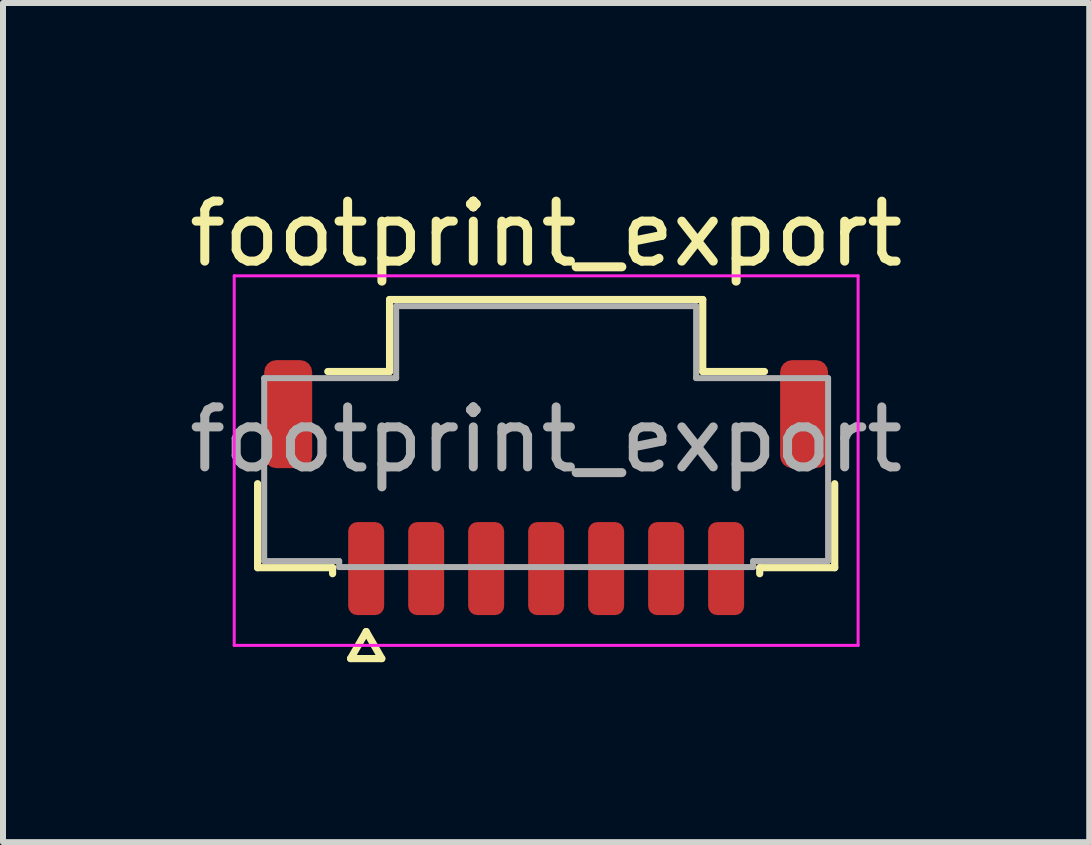
<source format=kicad_pcb>
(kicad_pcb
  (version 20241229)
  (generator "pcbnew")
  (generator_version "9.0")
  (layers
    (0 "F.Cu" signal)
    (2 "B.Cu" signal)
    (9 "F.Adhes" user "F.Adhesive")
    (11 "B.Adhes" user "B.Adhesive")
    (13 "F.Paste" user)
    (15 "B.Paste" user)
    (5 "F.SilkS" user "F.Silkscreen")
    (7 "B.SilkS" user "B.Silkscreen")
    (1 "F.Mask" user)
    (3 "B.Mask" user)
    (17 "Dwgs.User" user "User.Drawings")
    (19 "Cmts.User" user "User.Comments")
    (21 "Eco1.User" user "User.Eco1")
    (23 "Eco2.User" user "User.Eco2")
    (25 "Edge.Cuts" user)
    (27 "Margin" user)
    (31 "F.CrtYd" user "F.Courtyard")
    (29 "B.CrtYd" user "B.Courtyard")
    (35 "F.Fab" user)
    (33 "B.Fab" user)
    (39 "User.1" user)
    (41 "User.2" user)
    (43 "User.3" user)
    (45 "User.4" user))
  (footprint "footprint_export"
    (layer "F.Cu")
    (at 6.054 4.278)
    (property "Reference" "footprint_export" (at 0 -3.43 0) (layer "F.SilkS") (effects (font (size 1 1) (thickness 0.15))))
    (attr smd)
    (fp_line (start -4.81 2.135) (end -4.81 0.735) (stroke (width 0.12) (type solid)) (layer "F.SilkS"))
    (fp_line (start -3.64 -1.135) (end -2.61 -1.135) (stroke (width 0.12) (type solid)) (layer "F.SilkS"))
    (fp_line (start -3.56 2.135) (end -4.81 2.135) (stroke (width 0.12) (type solid)) (layer "F.SilkS"))
    (fp_line (start -3.56 2.235) (end -3.56 2.135) (stroke (width 0.12) (type solid)) (layer "F.SilkS"))
    (fp_line (start -3.26 3.65) (end -3 3.2) (stroke (width 0.12) (type solid)) (layer "F.SilkS"))
    (fp_line (start -3 3.2) (end -2.74 3.65) (stroke (width 0.12) (type solid)) (layer "F.SilkS"))
    (fp_line (start -2.74 3.65) (end -3.26 3.65) (stroke (width 0.12) (type solid)) (layer "F.SilkS"))
    (fp_line (start -2.61 -2.335) (end 2.61 -2.335) (stroke (width 0.12) (type solid)) (layer "F.SilkS"))
    (fp_line (start -2.61 -1.135) (end -2.61 -2.335) (stroke (width 0.12) (type solid)) (layer "F.SilkS"))
    (fp_line (start 2.61 -2.335) (end 2.61 -1.135) (stroke (width 0.12) (type solid)) (layer "F.SilkS"))
    (fp_line (start 2.61 -1.135) (end 3.64 -1.135) (stroke (width 0.12) (type solid)) (layer "F.SilkS"))
    (fp_line (start 3.56 2.135) (end 3.56 2.235) (stroke (width 0.12) (type solid)) (layer "F.SilkS"))
    (fp_line (start 4.81 0.735) (end 4.81 2.135) (stroke (width 0.12) (type solid)) (layer "F.SilkS"))
    (fp_line (start 4.81 2.135) (end 3.56 2.135) (stroke (width 0.12) (type solid)) (layer "F.SilkS"))
    (fp_line (start -5.2 -2.73) (end -5.2 3.43) (stroke (width 0.05) (type solid)) (layer "F.CrtYd"))
    (fp_line (start -5.2 3.43) (end 5.2 3.43) (stroke (width 0.05) (type solid)) (layer "F.CrtYd"))
    (fp_line (start 5.2 -2.73) (end -5.2 -2.73) (stroke (width 0.05) (type solid)) (layer "F.CrtYd"))
    (fp_line (start 5.2 3.43) (end 5.2 -2.73) (stroke (width 0.05) (type solid)) (layer "F.CrtYd"))
    (fp_line (start -4.7 -1.025) (end -2.5 -1.025) (stroke (width 0.1) (type solid)) (layer "F.Fab"))
    (fp_line (start -4.7 2.025) (end -4.7 -1.025) (stroke (width 0.1) (type solid)) (layer "F.Fab"))
    (fp_line (start -3.45 2.025) (end -4.7 2.025) (stroke (width 0.1) (type solid)) (layer "F.Fab"))
    (fp_line (start -3.45 2.125) (end -3.45 2.025) (stroke (width 0.1) (type solid)) (layer "F.Fab"))
    (fp_line (start -2.5 -2.225) (end 2.5 -2.225) (stroke (width 0.1) (type solid)) (layer "F.Fab"))
    (fp_line (start -2.5 -1.025) (end -2.5 -2.225) (stroke (width 0.1) (type solid)) (layer "F.Fab"))
    (fp_line (start 2.5 -2.225) (end 2.5 -1.025) (stroke (width 0.1) (type solid)) (layer "F.Fab"))
    (fp_line (start 2.5 -1.025) (end 4.7 -1.025) (stroke (width 0.1) (type solid)) (layer "F.Fab"))
    (fp_line (start 3.45 2.025) (end 3.45 2.125) (stroke (width 0.1) (type solid)) (layer "F.Fab"))
    (fp_line (start 3.45 2.125) (end -3.45 2.125) (stroke (width 0.1) (type solid)) (layer "F.Fab"))
    (fp_line (start 4.7 -1.025) (end 4.7 2.025) (stroke (width 0.1) (type solid)) (layer "F.Fab"))
    (fp_line (start 4.7 2.025) (end 3.45 2.025) (stroke (width 0.1) (type solid)) (layer "F.Fab"))
    (fp_text user "${REFERENCE}" (at 0 0 0) (layer "F.Fab") (effects (font (size 1 1) (thickness 0.15))))
    (pad "1" smd roundrect (at -3 2.15) (size 0.6 1.55) (layers "F.Cu" "F.Mask" "F.Paste") (roundrect_rratio 0.25))
    (pad "2" smd roundrect (at -2 2.15) (size 0.6 1.55) (layers "F.Cu" "F.Mask" "F.Paste") (roundrect_rratio 0.25))
    (pad "3" smd roundrect (at -1 2.15) (size 0.6 1.55) (layers "F.Cu" "F.Mask" "F.Paste") (roundrect_rratio 0.25))
    (pad "4" smd roundrect (at 0 2.15) (size 0.6 1.55) (layers "F.Cu" "F.Mask" "F.Paste") (roundrect_rratio 0.25))
    (pad "5" smd roundrect (at 1 2.15) (size 0.6 1.55) (layers "F.Cu" "F.Mask" "F.Paste") (roundrect_rratio 0.25))
    (pad "6" smd roundrect (at 2 2.15) (size 0.6 1.55) (layers "F.Cu" "F.Mask" "F.Paste") (roundrect_rratio 0.25))
    (pad "7" smd roundrect (at 3 2.15) (size 0.6 1.55) (layers "F.Cu" "F.Mask" "F.Paste") (roundrect_rratio 0.25))
    (pad "MP" smd roundrect (at -4.3 -0.425) (size 0.8 1.8) (layers "F.Cu" "F.Mask" "F.Paste") (roundrect_rratio 0.25))
    (pad "MP" smd roundrect (at 4.3 -0.425) (size 0.8 1.8) (layers "F.Cu" "F.Mask" "F.Paste") (roundrect_rratio 0.25)))
  (gr_rect
    (start -3 -3)
    (end 15.107 10.988)
    (stroke (width 0.1) (type default))
    (fill no)
    (layer "Edge.Cuts")))
</source>
